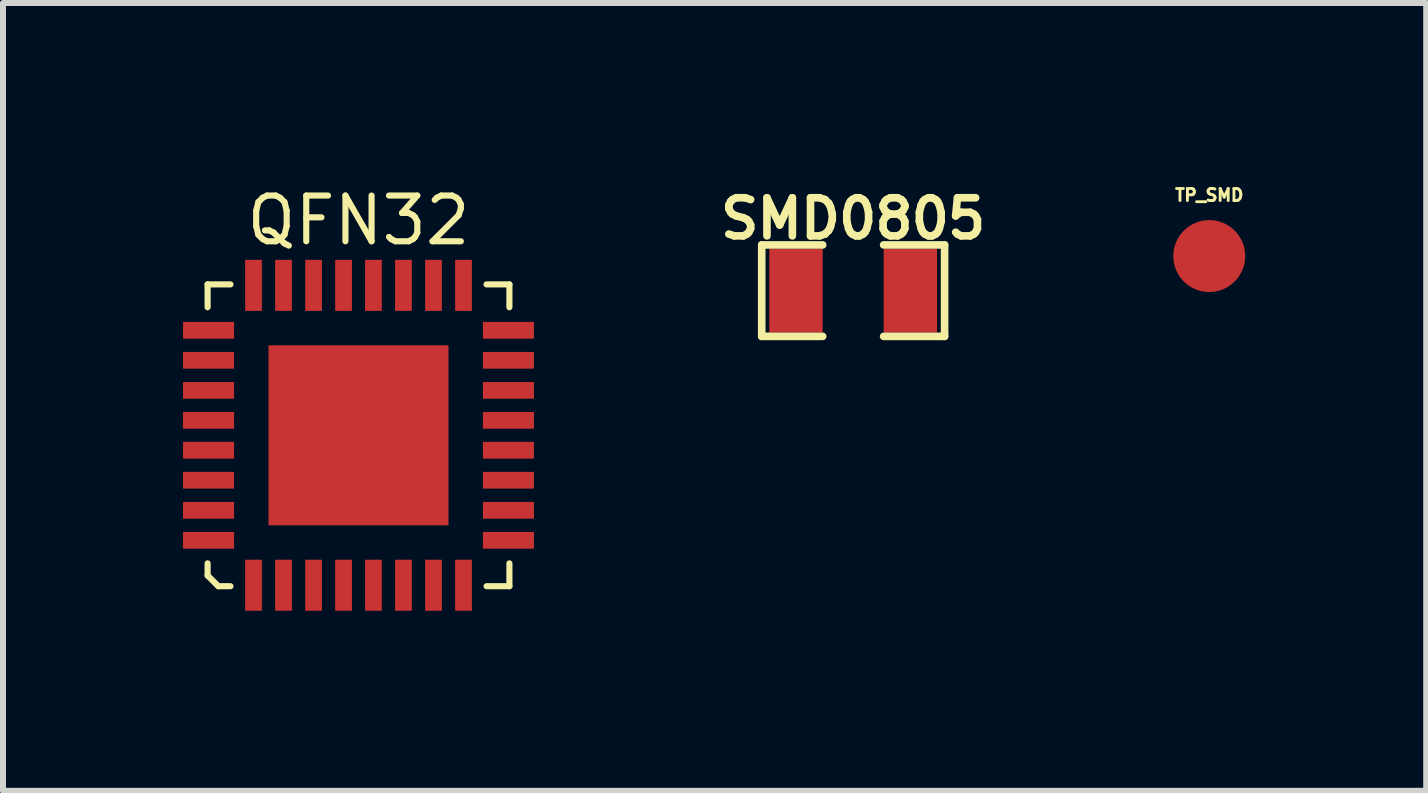
<source format=kicad_pcb>
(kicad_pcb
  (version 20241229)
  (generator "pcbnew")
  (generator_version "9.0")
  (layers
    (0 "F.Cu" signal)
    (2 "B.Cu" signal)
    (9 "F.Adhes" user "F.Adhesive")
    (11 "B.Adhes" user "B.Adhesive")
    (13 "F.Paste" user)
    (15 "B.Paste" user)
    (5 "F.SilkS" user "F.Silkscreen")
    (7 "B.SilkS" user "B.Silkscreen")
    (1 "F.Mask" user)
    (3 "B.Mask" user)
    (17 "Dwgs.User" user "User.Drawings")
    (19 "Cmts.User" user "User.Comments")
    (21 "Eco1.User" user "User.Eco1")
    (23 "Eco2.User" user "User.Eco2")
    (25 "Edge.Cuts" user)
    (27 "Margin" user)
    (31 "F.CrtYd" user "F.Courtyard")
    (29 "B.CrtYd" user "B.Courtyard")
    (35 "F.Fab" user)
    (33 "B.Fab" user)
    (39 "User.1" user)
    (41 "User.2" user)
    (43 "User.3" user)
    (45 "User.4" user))
  (footprint "SMD0805"
    (layer "F.Cu")
    (at 11.169 1.794)
    (property "Reference" "SMD0805" (at 0 -1.2 0) (layer "F.SilkS") (effects (font (size 0.635 0.635) (thickness 0.127))))
    (attr smd)
    (fp_line (start -1.524 -0.762) (end -0.508 -0.762) (stroke (width 0.127) (type solid)) (layer "F.SilkS"))
    (fp_line (start -1.524 0.762) (end -1.524 -0.762) (stroke (width 0.127) (type solid)) (layer "F.SilkS"))
    (fp_line (start -0.508 0.762) (end -1.524 0.762) (stroke (width 0.127) (type solid)) (layer "F.SilkS"))
    (fp_line (start 0.508 -0.762) (end 1.524 -0.762) (stroke (width 0.127) (type solid)) (layer "F.SilkS"))
    (fp_line (start 1.524 -0.762) (end 1.524 0.762) (stroke (width 0.127) (type solid)) (layer "F.SilkS"))
    (fp_line (start 1.524 0.762) (end 0.508 0.762) (stroke (width 0.127) (type solid)) (layer "F.SilkS"))
    (pad "1" smd rect (at -0.953 0) (size 0.889 1.397) (layers "F.Cu" "F.Mask" "F.Paste"))
    (pad "2" smd rect (at 0.953 0) (size 0.889 1.397) (layers "F.Cu" "F.Mask" "F.Paste")))
  (footprint "QFN32"
    (layer "F.Cu")
    (at 2.925 4.205)
    (property "Reference" "QFN32" (at 0 -3.581 0) (layer "F.SilkS") (effects (font (size 0.762 0.762) (thickness 0.102))))
    (attr smd)
    (fp_line (start -2.515 -2.515) (end -2.515 -2.134) (stroke (width 0.102) (type solid)) (layer "F.SilkS"))
    (fp_line (start -2.515 -2.515) (end -2.134 -2.515) (stroke (width 0.102) (type solid)) (layer "F.SilkS"))
    (fp_line (start -2.515 2.337) (end -2.515 2.134) (stroke (width 0.102) (type solid)) (layer "F.SilkS"))
    (fp_line (start -2.337 2.515) (end -2.515 2.337) (stroke (width 0.102) (type solid)) (layer "F.SilkS"))
    (fp_line (start -2.134 2.515) (end -2.337 2.515) (stroke (width 0.102) (type solid)) (layer "F.SilkS"))
    (fp_line (start 2.515 -2.515) (end 2.134 -2.515) (stroke (width 0.102) (type solid)) (layer "F.SilkS"))
    (fp_line (start 2.515 -2.515) (end 2.515 -2.134) (stroke (width 0.102) (type solid)) (layer "F.SilkS"))
    (fp_line (start 2.515 2.515) (end 2.134 2.515) (stroke (width 0.102) (type solid)) (layer "F.SilkS"))
    (fp_line (start 2.515 2.515) (end 2.515 2.134) (stroke (width 0.102) (type solid)) (layer "F.SilkS"))
    (pad "1" smd rect (at -1.75 2.499) (size 0.279 0.851) (layers "F.Cu" "F.Mask" "F.Paste"))
    (pad "2" smd rect (at -1.25 2.499) (size 0.279 0.851) (layers "F.Cu" "F.Mask" "F.Paste"))
    (pad "3" smd rect (at -0.749 2.499) (size 0.279 0.851) (layers "F.Cu" "F.Mask" "F.Paste"))
    (pad "4" smd rect (at -0.249 2.499) (size 0.279 0.851) (layers "F.Cu" "F.Mask" "F.Paste"))
    (pad "5" smd rect (at 0.249 2.499) (size 0.279 0.851) (layers "F.Cu" "F.Mask" "F.Paste"))
    (pad "6" smd rect (at 0.749 2.499) (size 0.279 0.851) (layers "F.Cu" "F.Mask" "F.Paste"))
    (pad "7" smd rect (at 1.25 2.499) (size 0.279 0.851) (layers "F.Cu" "F.Mask" "F.Paste"))
    (pad "8" smd rect (at 1.75 2.499) (size 0.279 0.851) (layers "F.Cu" "F.Mask" "F.Paste"))
    (pad "9" smd rect (at 2.499 1.75 90) (size 0.279 0.851) (layers "F.Cu" "F.Mask" "F.Paste"))
    (pad "10" smd rect (at 2.499 1.25 90) (size 0.279 0.851) (layers "F.Cu" "F.Mask" "F.Paste"))
    (pad "11" smd rect (at 2.499 0.749 90) (size 0.279 0.851) (layers "F.Cu" "F.Mask" "F.Paste"))
    (pad "12" smd rect (at 2.499 0.249 90) (size 0.279 0.851) (layers "F.Cu" "F.Mask" "F.Paste"))
    (pad "13" smd rect (at 2.499 -0.249 90) (size 0.279 0.851) (layers "F.Cu" "F.Mask" "F.Paste"))
    (pad "14" smd rect (at 2.499 -0.749 90) (size 0.279 0.851) (layers "F.Cu" "F.Mask" "F.Paste"))
    (pad "15" smd rect (at 2.499 -1.25 90) (size 0.279 0.851) (layers "F.Cu" "F.Mask" "F.Paste"))
    (pad "16" smd rect (at 2.499 -1.75 90) (size 0.279 0.851) (layers "F.Cu" "F.Mask" "F.Paste"))
    (pad "17" smd rect (at 1.75 -2.499) (size 0.279 0.851) (layers "F.Cu" "F.Mask" "F.Paste"))
    (pad "18" smd rect (at 1.25 -2.499) (size 0.279 0.851) (layers "F.Cu" "F.Mask" "F.Paste"))
    (pad "19" smd rect (at 0.749 -2.499) (size 0.279 0.851) (layers "F.Cu" "F.Mask" "F.Paste"))
    (pad "20" smd rect (at 0.249 -2.499) (size 0.279 0.851) (layers "F.Cu" "F.Mask" "F.Paste"))
    (pad "21" smd rect (at -0.249 -2.499) (size 0.279 0.851) (layers "F.Cu" "F.Mask" "F.Paste"))
    (pad "22" smd rect (at -0.749 -2.499) (size 0.279 0.851) (layers "F.Cu" "F.Mask" "F.Paste"))
    (pad "23" smd rect (at -1.25 -2.499) (size 0.279 0.851) (layers "F.Cu" "F.Mask" "F.Paste"))
    (pad "24" smd rect (at -1.75 -2.499) (size 0.279 0.851) (layers "F.Cu" "F.Mask" "F.Paste"))
    (pad "25" smd rect (at -2.499 -1.75 90) (size 0.279 0.851) (layers "F.Cu" "F.Mask" "F.Paste"))
    (pad "26" smd rect (at -2.499 -1.25 90) (size 0.279 0.851) (layers "F.Cu" "F.Mask" "F.Paste"))
    (pad "27" smd rect (at -2.499 -0.749 90) (size 0.279 0.851) (layers "F.Cu" "F.Mask" "F.Paste"))
    (pad "28" smd rect (at -2.499 -0.249 90) (size 0.279 0.851) (layers "F.Cu" "F.Mask" "F.Paste"))
    (pad "29" smd rect (at -2.499 0.249 90) (size 0.279 0.851) (layers "F.Cu" "F.Mask" "F.Paste"))
    (pad "30" smd rect (at -2.499 0.749 90) (size 0.279 0.851) (layers "F.Cu" "F.Mask" "F.Paste"))
    (pad "31" smd rect (at -2.499 1.25 90) (size 0.279 0.851) (layers "F.Cu" "F.Mask" "F.Paste"))
    (pad "32" smd rect (at -2.499 1.75 90) (size 0.279 0.851) (layers "F.Cu" "F.Mask" "F.Paste"))
    (pad "PAD" smd rect (at 0 0) (size 3 3) (layers "F.Cu" "F.Mask" "F.Paste")))
  (footprint "TP_SMD"
    (layer "F.Cu")
    (at 17.104 1.218)
    (property "Reference" "TP_SMD" (at 0 -1.016 0) (layer "F.SilkS") (effects (font (size 0.201 0.201) (thickness 0.048))))
    (attr through_hole)
    (pad "1" smd circle (at 0 0) (size 1.199 1.199) (layers "F.Cu" "F.Mask" "F.Paste")))
  (gr_rect
    (start -3 -3)
    (end 20.72 10.13)
    (stroke (width 0.1) (type default))
    (fill no)
    (layer "Edge.Cuts")))
</source>
